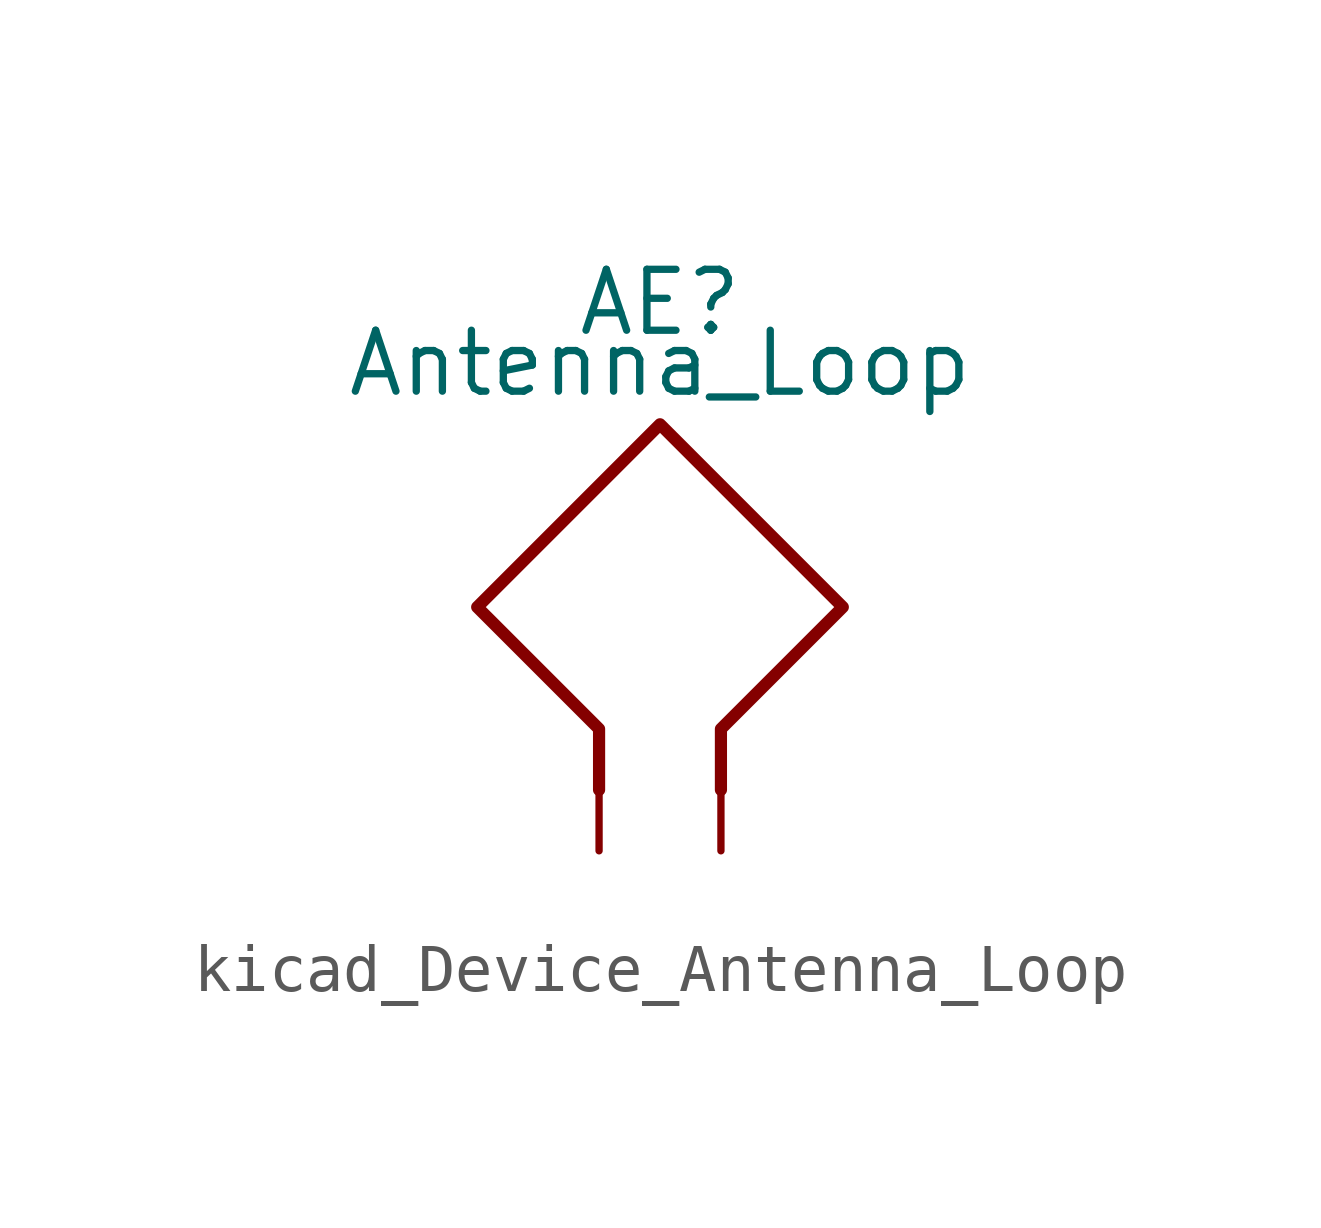
<source format=kicad_sym>
(kicad_symbol_lib
  (version 20220914)
  (generator kicad_symbol_editor)
  (symbol "kicad_Device_Antenna_Loop"
    (pin_numbers hide)
    (pin_names
      (offset 1.016) hide)
    (property "Reference" "AE"
      (at 1.27 6.35 0)
      (effects (font (size 1.27 1.27))))
    (property "Value" "Antenna_Loop"
      (at 1.27 5.08 0)
      (effects (font (size 1.27 1.27))))
    (symbol "kicad_Device_Antenna_Loop_0_1"
      (polyline (pts (xy 2.54 -3.81) (xy 2.54 -2.54) (xy 5.08 0) (xy 1.27 3.81) (xy -2.54 0) (xy 0 -2.54) (xy 0 -3.81)) (stroke (width 0.254) (type default)) (fill (type none))))
    (symbol "kicad_Device_Antenna_Loop_1_1"
      (pin input line (at 0 -5.08 90) (length 2.54) (name "~" (effects (font (size 1.27 1.27)))) (number "1" (effects (font (size 1.27 1.27)))))
      (pin input line (at 2.54 -5.08 90) (length 2.54) (name "~" (effects (font (size 1.27 1.27)))) (number "2" (effects (font (size 1.27 1.27))))))))
</source>
